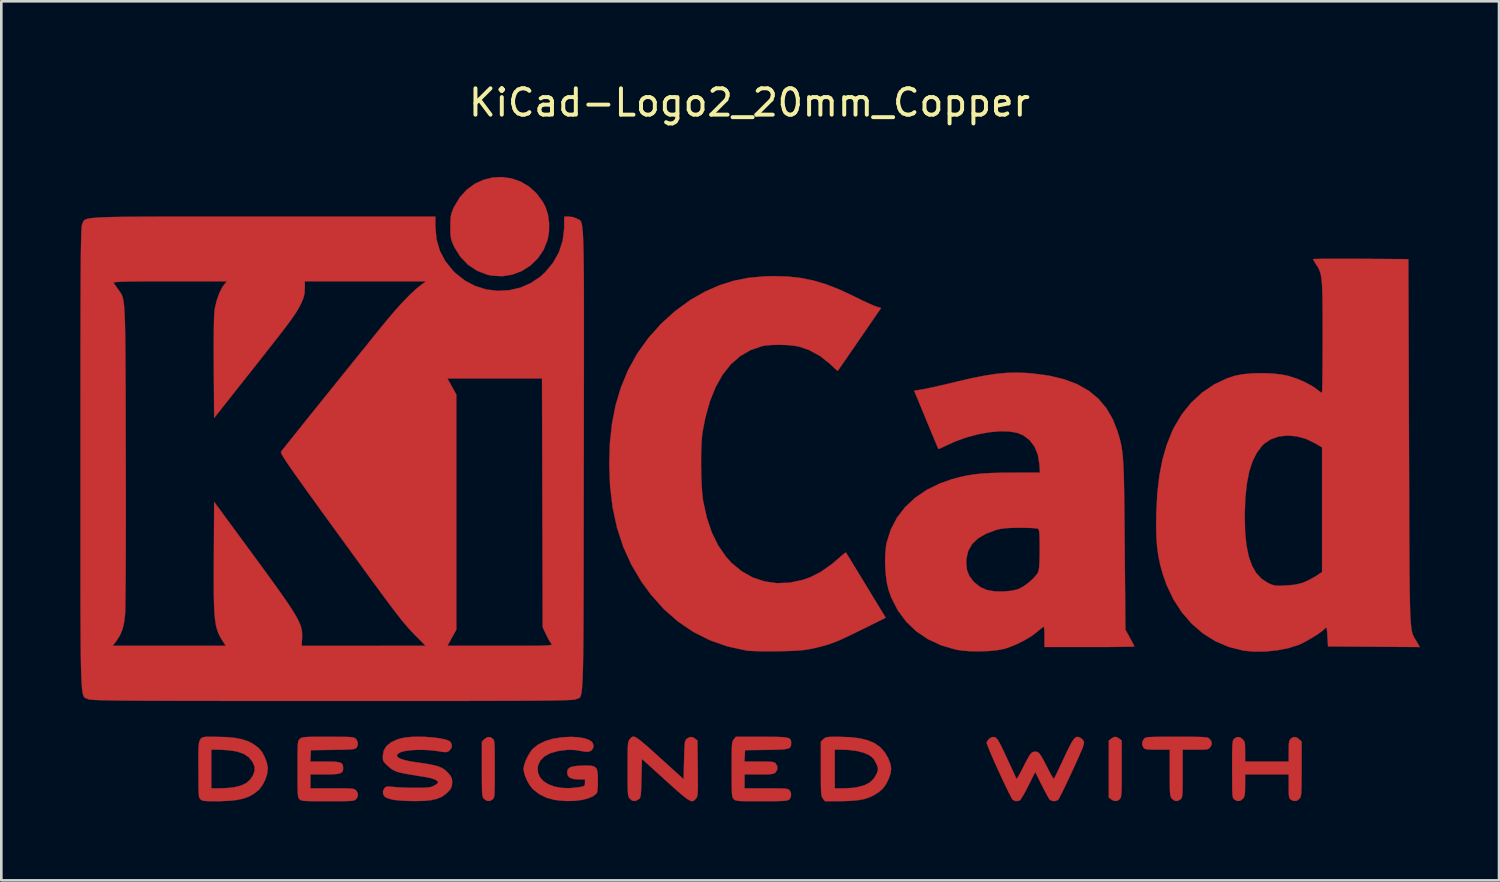
<source format=kicad_pcb>
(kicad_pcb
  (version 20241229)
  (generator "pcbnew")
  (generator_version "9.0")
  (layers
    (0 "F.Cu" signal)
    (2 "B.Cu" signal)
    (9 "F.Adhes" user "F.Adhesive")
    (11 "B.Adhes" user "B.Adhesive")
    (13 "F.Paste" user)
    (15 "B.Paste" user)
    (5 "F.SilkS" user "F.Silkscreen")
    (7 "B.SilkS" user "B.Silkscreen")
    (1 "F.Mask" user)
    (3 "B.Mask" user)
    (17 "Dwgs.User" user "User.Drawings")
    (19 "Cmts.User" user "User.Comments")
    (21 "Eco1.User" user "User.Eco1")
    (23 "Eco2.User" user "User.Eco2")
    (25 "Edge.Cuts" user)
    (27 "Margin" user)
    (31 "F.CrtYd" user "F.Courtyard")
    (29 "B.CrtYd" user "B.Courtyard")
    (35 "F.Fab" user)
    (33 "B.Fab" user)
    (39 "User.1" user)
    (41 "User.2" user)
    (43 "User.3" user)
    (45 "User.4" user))
  (footprint "KiCad-Logo2_20mm_Copper"
    (layer "F.Cu")
    (at 25.405 13.548)
    (property "Reference" "KiCad-Logo2_20mm_Copper" (at 0 -12.7 0) (layer "F.SilkS") (effects (font (size 1 1) (thickness 0.15))))
    (attr exclude_from_pos_files exclude_from_bom allow_missing_courtyard)
    (fp_poly (pts (xy 13.962 11.396) (xy 14.041 11.445) (xy 14.13 11.517) (xy 14.13 12.589) (xy 14.13 12.903) (xy 14.128 13.15) (xy 14.126 13.339) (xy 14.121 13.479) (xy 14.114 13.579) (xy 14.103 13.648) (xy 14.089 13.693) (xy 14.071 13.725) (xy 14.058 13.74) (xy 13.953 13.809) (xy 13.834 13.806) (xy 13.73 13.748) (xy 13.641 13.676) (xy 13.641 11.517) (xy 13.73 11.445) (xy 13.815 11.393) (xy 13.885 11.374) (xy 13.962 11.396)) (stroke (width 0.01) (type solid)) (fill yes) (layer "F.Cu"))
    (fp_poly (pts (xy -9.746 11.449) (xy -9.724 11.474) (xy -9.707 11.507) (xy -9.694 11.555) (xy -9.684 11.629) (xy -9.678 11.735) (xy -9.674 11.885) (xy -9.672 12.085) (xy -9.671 12.344) (xy -9.671 12.597) (xy -9.671 12.909) (xy -9.672 13.156) (xy -9.675 13.344) (xy -9.679 13.483) (xy -9.686 13.583) (xy -9.696 13.65) (xy -9.71 13.694) (xy -9.728 13.725) (xy -9.746 13.744) (xy -9.856 13.81) (xy -9.973 13.804) (xy -10.078 13.732) (xy -10.102 13.704) (xy -10.121 13.672) (xy -10.135 13.626) (xy -10.146 13.558) (xy -10.153 13.458) (xy -10.157 13.318) (xy -10.159 13.129) (xy -10.16 12.882) (xy -10.16 12.602) (xy -10.16 11.558) (xy -10.068 11.466) (xy -9.954 11.388) (xy -9.843 11.385) (xy -9.746 11.449)) (stroke (width 0.01) (type solid)) (fill yes) (layer "F.Cu"))
    (fp_poly (pts (xy -9.038 -9.825) (xy -8.696 -9.707) (xy -8.378 -9.52) (xy -8.094 -9.266) (xy -7.854 -8.943) (xy -7.746 -8.74) (xy -7.653 -8.455) (xy -7.608 -8.127) (xy -7.613 -7.79) (xy -7.668 -7.484) (xy -7.82 -7.11) (xy -8.04 -6.786) (xy -8.318 -6.518) (xy -8.641 -6.312) (xy -8.999 -6.175) (xy -9.381 -6.112) (xy -9.775 -6.132) (xy -9.969 -6.173) (xy -10.347 -6.32) (xy -10.683 -6.545) (xy -10.969 -6.84) (xy -11.196 -7.198) (xy -11.216 -7.238) (xy -11.282 -7.385) (xy -11.324 -7.508) (xy -11.346 -7.639) (xy -11.356 -7.807) (xy -11.357 -7.989) (xy -11.355 -8.208) (xy -11.343 -8.366) (xy -11.317 -8.494) (xy -11.271 -8.622) (xy -11.213 -8.748) (xy -10.999 -9.106) (xy -10.735 -9.397) (xy -10.432 -9.619) (xy -10.101 -9.772) (xy -9.751 -9.858) (xy -9.393 -9.876) (xy -9.038 -9.825)) (stroke (width 0.01) (type solid)) (fill yes) (layer "F.Cu"))
    (fp_poly (pts (xy 16.544 11.374) (xy 16.806 11.375) (xy 17.01 11.378) (xy 17.163 11.382) (xy 17.274 11.389) (xy 17.351 11.398) (xy 17.402 11.411) (xy 17.436 11.427) (xy 17.453 11.439) (xy 17.538 11.548) (xy 17.549 11.66) (xy 17.496 11.763) (xy 17.461 11.804) (xy 17.424 11.832) (xy 17.37 11.849) (xy 17.285 11.858) (xy 17.156 11.862) (xy 16.968 11.863) (xy 16.931 11.863) (xy 16.444 11.863) (xy 16.444 12.766) (xy 16.444 13.051) (xy 16.442 13.27) (xy 16.439 13.433) (xy 16.433 13.549) (xy 16.424 13.629) (xy 16.41 13.682) (xy 16.392 13.717) (xy 16.369 13.744) (xy 16.259 13.81) (xy 16.145 13.805) (xy 16.041 13.73) (xy 16.033 13.72) (xy 16.008 13.685) (xy 15.989 13.644) (xy 15.975 13.586) (xy 15.966 13.503) (xy 15.96 13.383) (xy 15.957 13.217) (xy 15.955 12.995) (xy 15.955 12.742) (xy 15.955 11.863) (xy 15.49 11.863) (xy 15.291 11.861) (xy 15.153 11.856) (xy 15.062 11.845) (xy 15.005 11.827) (xy 14.968 11.799) (xy 14.964 11.794) (xy 14.909 11.683) (xy 14.914 11.558) (xy 14.977 11.449) (xy 15.001 11.428) (xy 15.032 11.411) (xy 15.079 11.398) (xy 15.149 11.388) (xy 15.251 11.382) (xy 15.394 11.377) (xy 15.585 11.375) (xy 15.834 11.374) (xy 16.147 11.374) (xy 16.214 11.374) (xy 16.544 11.374)) (stroke (width 0.01) (type solid)) (fill yes) (layer "F.Cu"))
    (fp_poly (pts (xy 20.763 11.392) (xy 20.867 11.466) (xy 20.96 11.558) (xy 20.96 12.59) (xy 20.959 12.896) (xy 20.958 13.136) (xy 20.956 13.319) (xy 20.951 13.455) (xy 20.943 13.551) (xy 20.932 13.618) (xy 20.917 13.664) (xy 20.897 13.699) (xy 20.882 13.72) (xy 20.779 13.802) (xy 20.662 13.811) (xy 20.554 13.761) (xy 20.519 13.731) (xy 20.495 13.692) (xy 20.481 13.628) (xy 20.473 13.527) (xy 20.471 13.372) (xy 20.471 13.253) (xy 20.471 12.803) (xy 18.815 12.803) (xy 18.815 13.212) (xy 18.813 13.399) (xy 18.806 13.528) (xy 18.792 13.615) (xy 18.767 13.676) (xy 18.737 13.72) (xy 18.634 13.802) (xy 18.517 13.812) (xy 18.406 13.754) (xy 18.375 13.723) (xy 18.354 13.683) (xy 18.34 13.62) (xy 18.331 13.522) (xy 18.327 13.376) (xy 18.325 13.171) (xy 18.325 13.123) (xy 18.323 12.735) (xy 18.322 12.416) (xy 18.322 12.157) (xy 18.324 11.953) (xy 18.328 11.796) (xy 18.333 11.678) (xy 18.341 11.594) (xy 18.352 11.536) (xy 18.365 11.497) (xy 18.382 11.469) (xy 18.401 11.449) (xy 18.507 11.383) (xy 18.618 11.392) (xy 18.722 11.466) (xy 18.765 11.514) (xy 18.792 11.567) (xy 18.807 11.642) (xy 18.813 11.757) (xy 18.815 11.929) (xy 18.815 11.936) (xy 18.815 12.314) (xy 20.471 12.314) (xy 20.471 11.919) (xy 20.472 11.737) (xy 20.479 11.614) (xy 20.493 11.534) (xy 20.518 11.481) (xy 20.546 11.449) (xy 20.652 11.383) (xy 20.763 11.392)) (stroke (width 0.01) (type solid)) (fill yes) (layer "F.Cu"))
    (fp_poly (pts (xy 3.394 11.374) (xy 3.824 11.389) (xy 4.19 11.433) (xy 4.497 11.509) (xy 4.753 11.62) (xy 4.962 11.769) (xy 5.131 11.957) (xy 5.266 12.189) (xy 5.268 12.195) (xy 5.349 12.402) (xy 5.377 12.585) (xy 5.354 12.77) (xy 5.279 12.98) (xy 5.265 13.012) (xy 5.167 13.2) (xy 5.058 13.345) (xy 4.917 13.468) (xy 4.724 13.59) (xy 4.713 13.597) (xy 4.545 13.677) (xy 4.355 13.738) (xy 4.132 13.779) (xy 3.862 13.805) (xy 3.534 13.817) (xy 3.418 13.818) (xy 2.865 13.819) (xy 2.787 13.72) (xy 2.764 13.688) (xy 2.746 13.65) (xy 2.733 13.597) (xy 2.723 13.521) (xy 2.716 13.411) (xy 2.714 13.33) (xy 3.236 13.33) (xy 3.549 13.33) (xy 3.732 13.325) (xy 3.92 13.311) (xy 4.074 13.291) (xy 4.084 13.289) (xy 4.358 13.216) (xy 4.57 13.105) (xy 4.728 12.953) (xy 4.838 12.753) (xy 4.857 12.7) (xy 4.876 12.618) (xy 4.868 12.536) (xy 4.828 12.428) (xy 4.804 12.375) (xy 4.727 12.233) (xy 4.633 12.134) (xy 4.53 12.065) (xy 4.323 11.975) (xy 4.059 11.91) (xy 3.751 11.872) (xy 3.528 11.864) (xy 3.236 11.863) (xy 3.236 13.33) (xy 2.714 13.33) (xy 2.712 13.26) (xy 2.71 13.058) (xy 2.709 12.795) (xy 2.709 12.59) (xy 2.709 11.558) (xy 2.802 11.466) (xy 2.843 11.428) (xy 2.887 11.403) (xy 2.949 11.387) (xy 3.043 11.378) (xy 3.182 11.375) (xy 3.382 11.374) (xy 3.394 11.374)) (stroke (width 0.01) (type solid)) (fill yes) (layer "F.Cu"))
    (fp_poly (pts (xy -20.405 11.374) (xy -20.273 11.375) (xy -19.887 11.384) (xy -19.564 11.412) (xy -19.293 11.461) (xy -19.062 11.534) (xy -18.861 11.634) (xy -18.679 11.765) (xy -18.614 11.822) (xy -18.506 11.955) (xy -18.408 12.135) (xy -18.333 12.334) (xy -18.292 12.526) (xy -18.288 12.597) (xy -18.315 12.793) (xy -18.386 13.007) (xy -18.49 13.209) (xy -18.613 13.371) (xy -18.633 13.391) (xy -18.802 13.528) (xy -18.987 13.635) (xy -19.199 13.715) (xy -19.448 13.77) (xy -19.746 13.803) (xy -20.102 13.818) (xy -20.265 13.819) (xy -20.473 13.818) (xy -20.618 13.814) (xy -20.716 13.805) (xy -20.78 13.789) (xy -20.824 13.765) (xy -20.847 13.744) (xy -20.869 13.719) (xy -20.886 13.686) (xy -20.899 13.638) (xy -20.908 13.564) (xy -20.915 13.458) (xy -20.919 13.308) (xy -20.921 13.108) (xy -20.922 12.849) (xy -20.922 12.597) (xy -20.923 12.26) (xy -20.923 11.991) (xy -20.92 11.863) (xy -20.433 11.863) (xy -20.433 13.33) (xy -20.122 13.33) (xy -19.936 13.325) (xy -19.74 13.311) (xy -19.577 13.292) (xy -19.572 13.291) (xy -19.308 13.227) (xy -19.103 13.128) (xy -18.948 12.986) (xy -18.849 12.833) (xy -18.788 12.663) (xy -18.793 12.504) (xy -18.863 12.333) (xy -19.002 12.156) (xy -19.193 12.025) (xy -19.442 11.938) (xy -19.609 11.907) (xy -19.798 11.885) (xy -19.998 11.869) (xy -20.169 11.863) (xy -20.179 11.863) (xy -20.433 11.863) (xy -20.92 11.863) (xy -20.918 11.783) (xy -20.903 11.627) (xy -20.876 11.516) (xy -20.832 11.443) (xy -20.767 11.399) (xy -20.676 11.378) (xy -20.557 11.372) (xy -20.405 11.374)) (stroke (width 0.01) (type solid)) (fill yes) (layer "F.Cu"))
    (fp_poly (pts (xy -4.334 11.388) (xy -4.255 11.434) (xy -4.152 11.51) (xy -4.02 11.618) (xy -3.853 11.762) (xy -3.646 11.947) (xy -3.394 12.175) (xy -3.104 12.437) (xy -2.502 12.983) (xy -2.484 12.25) (xy -2.477 11.998) (xy -2.47 11.81) (xy -2.462 11.676) (xy -2.452 11.584) (xy -2.437 11.524) (xy -2.417 11.486) (xy -2.39 11.457) (xy -2.376 11.445) (xy -2.261 11.382) (xy -2.151 11.391) (xy -2.064 11.445) (xy -1.976 11.517) (xy -1.965 12.567) (xy -1.961 12.876) (xy -1.96 13.118) (xy -1.96 13.304) (xy -1.963 13.441) (xy -1.97 13.539) (xy -1.979 13.608) (xy -1.994 13.655) (xy -2.012 13.69) (xy -2.033 13.718) (xy -2.078 13.771) (xy -2.123 13.805) (xy -2.174 13.819) (xy -2.237 13.807) (xy -2.318 13.766) (xy -2.424 13.693) (xy -2.561 13.583) (xy -2.735 13.433) (xy -2.952 13.24) (xy -3.199 13.017) (xy -4.083 12.215) (xy -4.102 12.945) (xy -4.108 13.197) (xy -4.115 13.385) (xy -4.123 13.518) (xy -4.133 13.61) (xy -4.148 13.669) (xy -4.168 13.708) (xy -4.195 13.736) (xy -4.209 13.748) (xy -4.333 13.811) (xy -4.449 13.802) (xy -4.55 13.72) (xy -4.574 13.688) (xy -4.592 13.649) (xy -4.605 13.597) (xy -4.615 13.52) (xy -4.622 13.41) (xy -4.626 13.258) (xy -4.628 13.055) (xy -4.628 12.792) (xy -4.628 12.597) (xy -4.628 12.291) (xy -4.627 12.052) (xy -4.624 11.87) (xy -4.619 11.736) (xy -4.612 11.64) (xy -4.601 11.574) (xy -4.585 11.528) (xy -4.565 11.493) (xy -4.55 11.473) (xy -4.513 11.426) (xy -4.478 11.39) (xy -4.44 11.37) (xy -4.393 11.368) (xy -4.334 11.388)) (stroke (width 0.01) (type solid)) (fill yes) (layer "F.Cu"))
    (fp_poly (pts (xy -6.5 11.392) (xy -6.272 11.43) (xy -6.096 11.49) (xy -5.982 11.568) (xy -5.951 11.613) (xy -5.92 11.717) (xy -5.941 11.811) (xy -6.008 11.901) (xy -6.112 11.942) (xy -6.264 11.939) (xy -6.381 11.916) (xy -6.641 11.873) (xy -6.907 11.869) (xy -7.205 11.904) (xy -7.287 11.919) (xy -7.564 11.997) (xy -7.781 12.113) (xy -7.935 12.265) (xy -8.024 12.452) (xy -8.042 12.548) (xy -8.03 12.743) (xy -7.952 12.916) (xy -7.816 13.063) (xy -7.628 13.181) (xy -7.396 13.266) (xy -7.126 13.315) (xy -6.826 13.325) (xy -6.503 13.292) (xy -6.485 13.289) (xy -6.356 13.265) (xy -6.285 13.242) (xy -6.254 13.207) (xy -6.247 13.15) (xy -6.247 13.119) (xy -6.247 12.992) (xy -6.475 12.992) (xy -6.676 12.978) (xy -6.814 12.934) (xy -6.894 12.856) (xy -6.923 12.74) (xy -6.923 12.725) (xy -6.906 12.626) (xy -6.848 12.555) (xy -6.74 12.508) (xy -6.572 12.481) (xy -6.41 12.471) (xy -6.175 12.465) (xy -6.004 12.474) (xy -5.887 12.506) (xy -5.815 12.571) (xy -5.776 12.678) (xy -5.76 12.836) (xy -5.757 13.044) (xy -5.762 13.275) (xy -5.776 13.433) (xy -5.8 13.517) (xy -5.804 13.523) (xy -5.934 13.628) (xy -6.124 13.712) (xy -6.363 13.771) (xy -6.638 13.805) (xy -6.937 13.812) (xy -7.249 13.79) (xy -7.432 13.763) (xy -7.719 13.682) (xy -7.986 13.549) (xy -8.21 13.376) (xy -8.244 13.342) (xy -8.354 13.197) (xy -8.454 13.017) (xy -8.531 12.829) (xy -8.574 12.658) (xy -8.58 12.592) (xy -8.557 12.455) (xy -8.499 12.284) (xy -8.414 12.105) (xy -8.316 11.941) (xy -8.229 11.831) (xy -8.026 11.668) (xy -7.763 11.538) (xy -7.451 11.445) (xy -7.097 11.391) (xy -6.773 11.377) (xy -6.5 11.392)) (stroke (width 0.01) (type solid)) (fill yes) (layer "F.Cu"))
    (fp_poly (pts (xy 0.768 11.374) (xy 1.022 11.377) (xy 1.217 11.384) (xy 1.361 11.397) (xy 1.461 11.418) (xy 1.525 11.447) (xy 1.561 11.487) (xy 1.577 11.54) (xy 1.58 11.607) (xy 1.58 11.614) (xy 1.577 11.69) (xy 1.561 11.748) (xy 1.524 11.792) (xy 1.458 11.823) (xy 1.353 11.844) (xy 1.201 11.857) (xy 0.993 11.865) (xy 0.721 11.87) (xy 0.638 11.871) (xy -0.169 11.882) (xy -0.181 12.098) (xy -0.192 12.314) (xy 0.369 12.314) (xy 0.588 12.315) (xy 0.744 12.319) (xy 0.85 12.326) (xy 0.919 12.339) (xy 0.964 12.359) (xy 0.996 12.388) (xy 0.996 12.388) (xy 1.055 12.5) (xy 1.052 12.621) (xy 0.991 12.725) (xy 0.979 12.735) (xy 0.936 12.763) (xy 0.877 12.782) (xy 0.789 12.794) (xy 0.658 12.801) (xy 0.472 12.803) (xy 0.353 12.803) (xy -0.188 12.803) (xy -0.188 13.33) (xy 0.634 13.33) (xy 0.905 13.331) (xy 1.111 13.333) (xy 1.262 13.337) (xy 1.367 13.344) (xy 1.437 13.355) (xy 1.482 13.371) (xy 1.511 13.392) (xy 1.518 13.399) (xy 1.572 13.504) (xy 1.576 13.624) (xy 1.532 13.728) (xy 1.497 13.761) (xy 1.46 13.779) (xy 1.404 13.793) (xy 1.319 13.804) (xy 1.196 13.811) (xy 1.026 13.816) (xy 0.8 13.819) (xy 0.51 13.819) (xy 0.445 13.819) (xy 0.15 13.819) (xy -0.079 13.818) (xy -0.251 13.816) (xy -0.376 13.811) (xy -0.463 13.802) (xy -0.52 13.791) (xy -0.558 13.774) (xy -0.586 13.753) (xy -0.601 13.737) (xy -0.623 13.71) (xy -0.641 13.676) (xy -0.654 13.626) (xy -0.664 13.552) (xy -0.67 13.445) (xy -0.674 13.295) (xy -0.676 13.094) (xy -0.677 12.833) (xy -0.677 12.613) (xy -0.677 12.305) (xy -0.676 12.064) (xy -0.673 11.879) (xy -0.669 11.743) (xy -0.661 11.645) (xy -0.65 11.577) (xy -0.635 11.53) (xy -0.616 11.495) (xy -0.599 11.473) (xy -0.521 11.374) (xy 0.446 11.374) (xy 0.768 11.374)) (stroke (width 0.01) (type solid)) (fill yes) (layer "F.Cu"))
    (fp_poly (pts (xy -15.709 11.374) (xy -15.478 11.375) (xy -15.303 11.378) (xy -15.176 11.383) (xy -15.087 11.391) (xy -15.027 11.403) (xy -14.987 11.419) (xy -14.957 11.441) (xy -14.946 11.45) (xy -14.88 11.554) (xy -14.868 11.673) (xy -14.912 11.778) (xy -14.932 11.8) (xy -14.964 11.82) (xy -15.016 11.836) (xy -15.098 11.848) (xy -15.219 11.857) (xy -15.389 11.864) (xy -15.617 11.868) (xy -15.825 11.871) (xy -16.651 11.882) (xy -16.662 12.098) (xy -16.674 12.314) (xy -16.113 12.314) (xy -15.87 12.316) (xy -15.692 12.325) (xy -15.569 12.344) (xy -15.491 12.378) (xy -15.448 12.429) (xy -15.431 12.502) (xy -15.428 12.569) (xy -15.436 12.652) (xy -15.468 12.713) (xy -15.531 12.755) (xy -15.637 12.782) (xy -15.795 12.797) (xy -16.013 12.803) (xy -16.133 12.803) (xy -16.67 12.803) (xy -16.67 13.33) (xy -15.842 13.33) (xy -15.571 13.331) (xy -15.364 13.332) (xy -15.213 13.336) (xy -15.107 13.343) (xy -15.035 13.354) (xy -14.988 13.369) (xy -14.956 13.39) (xy -14.939 13.406) (xy -14.882 13.495) (xy -14.864 13.575) (xy -14.89 13.672) (xy -14.939 13.744) (xy -14.965 13.767) (xy -14.999 13.784) (xy -15.049 13.798) (xy -15.126 13.807) (xy -15.237 13.813) (xy -15.392 13.817) (xy -15.601 13.819) (xy -15.871 13.819) (xy -16.011 13.819) (xy -16.312 13.819) (xy -16.546 13.818) (xy -16.724 13.815) (xy -16.853 13.81) (xy -16.944 13.802) (xy -17.004 13.791) (xy -17.044 13.775) (xy -17.073 13.755) (xy -17.084 13.744) (xy -17.106 13.719) (xy -17.123 13.686) (xy -17.136 13.637) (xy -17.146 13.564) (xy -17.152 13.457) (xy -17.156 13.307) (xy -17.158 13.106) (xy -17.159 12.846) (xy -17.159 12.603) (xy -17.159 12.292) (xy -17.158 12.048) (xy -17.156 11.862) (xy -17.152 11.724) (xy -17.145 11.626) (xy -17.135 11.56) (xy -17.121 11.516) (xy -17.102 11.486) (xy -17.078 11.461) (xy -17.072 11.455) (xy -17.043 11.431) (xy -17.01 11.411) (xy -16.962 11.397) (xy -16.891 11.387) (xy -16.788 11.38) (xy -16.643 11.376) (xy -16.446 11.374) (xy -16.189 11.374) (xy -16.007 11.374) (xy -15.709 11.374)) (stroke (width 0.01) (type solid)) (fill yes) (layer "F.Cu"))
    (fp_poly (pts (xy 12.482 11.38) (xy 12.548 11.403) (xy 12.55 11.405) (xy 12.639 11.472) (xy 12.688 11.542) (xy 12.697 11.575) (xy 12.697 11.618) (xy 12.683 11.68) (xy 12.654 11.768) (xy 12.606 11.889) (xy 12.535 12.052) (xy 12.441 12.265) (xy 12.318 12.534) (xy 12.251 12.681) (xy 12.129 12.943) (xy 12.014 13.185) (xy 11.912 13.396) (xy 11.825 13.569) (xy 11.76 13.694) (xy 11.719 13.763) (xy 11.711 13.772) (xy 11.607 13.814) (xy 11.49 13.809) (xy 11.397 13.758) (xy 11.393 13.754) (xy 11.356 13.697) (xy 11.293 13.587) (xy 11.213 13.438) (xy 11.123 13.263) (xy 11.091 13.199) (xy 10.847 12.71) (xy 10.581 13.241) (xy 10.486 13.425) (xy 10.398 13.584) (xy 10.324 13.706) (xy 10.271 13.78) (xy 10.253 13.796) (xy 10.114 13.817) (xy 9.999 13.772) (xy 9.966 13.725) (xy 9.907 13.619) (xy 9.829 13.465) (xy 9.736 13.274) (xy 9.632 13.056) (xy 9.523 12.822) (xy 9.413 12.581) (xy 9.306 12.345) (xy 9.209 12.123) (xy 9.125 11.926) (xy 9.059 11.765) (xy 9.016 11.65) (xy 9.001 11.591) (xy 9.001 11.589) (xy 9.038 11.515) (xy 9.111 11.439) (xy 9.116 11.436) (xy 9.206 11.385) (xy 9.29 11.385) (xy 9.321 11.395) (xy 9.359 11.416) (xy 9.4 11.457) (xy 9.448 11.526) (xy 9.508 11.633) (xy 9.585 11.786) (xy 9.683 11.992) (xy 9.772 12.183) (xy 9.875 12.404) (xy 9.967 12.603) (xy 10.043 12.769) (xy 10.099 12.892) (xy 10.131 12.962) (xy 10.135 12.973) (xy 10.156 12.955) (xy 10.203 12.88) (xy 10.27 12.76) (xy 10.352 12.604) (xy 10.384 12.54) (xy 10.494 12.323) (xy 10.579 12.166) (xy 10.645 12.057) (xy 10.701 11.99) (xy 10.752 11.954) (xy 10.805 11.94) (xy 10.84 11.938) (xy 10.902 11.943) (xy 10.956 11.966) (xy 11.01 12.015) (xy 11.071 12.1) (xy 11.146 12.23) (xy 11.242 12.415) (xy 11.296 12.52) (xy 11.382 12.687) (xy 11.457 12.826) (xy 11.515 12.924) (xy 11.548 12.971) (xy 11.553 12.973) (xy 11.574 12.936) (xy 11.622 12.841) (xy 11.692 12.697) (xy 11.779 12.515) (xy 11.878 12.305) (xy 11.927 12.2) (xy 12.054 11.93) (xy 12.156 11.723) (xy 12.239 11.57) (xy 12.308 11.467) (xy 12.368 11.405) (xy 12.424 11.378) (xy 12.482 11.38)) (stroke (width 0.01) (type solid)) (fill yes) (layer "F.Cu"))
    (fp_poly (pts (xy -12.306 11.378) (xy -12.056 11.395) (xy -11.824 11.423) (xy -11.623 11.459) (xy -11.467 11.502) (xy -11.368 11.553) (xy -11.353 11.568) (xy -11.3 11.683) (xy -11.316 11.801) (xy -11.398 11.902) (xy -11.402 11.905) (xy -11.45 11.937) (xy -11.5 11.953) (xy -11.57 11.955) (xy -11.678 11.943) (xy -11.84 11.917) (xy -11.853 11.915) (xy -12.096 11.885) (xy -12.357 11.871) (xy -12.62 11.87) (xy -12.865 11.884) (xy -13.073 11.912) (xy -13.228 11.952) (xy -13.238 11.956) (xy -13.35 12.019) (xy -13.39 12.082) (xy -13.359 12.145) (xy -13.26 12.204) (xy -13.096 12.259) (xy -12.87 12.308) (xy -12.719 12.331) (xy -12.405 12.376) (xy -12.155 12.417) (xy -11.959 12.458) (xy -11.806 12.502) (xy -11.685 12.553) (xy -11.586 12.614) (xy -11.498 12.689) (xy -11.427 12.763) (xy -11.344 12.866) (xy -11.302 12.954) (xy -11.289 13.063) (xy -11.289 13.103) (xy -11.299 13.236) (xy -11.337 13.334) (xy -11.404 13.422) (xy -11.541 13.555) (xy -11.693 13.657) (xy -11.872 13.731) (xy -12.089 13.779) (xy -12.356 13.806) (xy -12.684 13.814) (xy -12.738 13.814) (xy -12.956 13.809) (xy -13.173 13.799) (xy -13.364 13.785) (xy -13.506 13.767) (xy -13.518 13.765) (xy -13.659 13.732) (xy -13.779 13.689) (xy -13.847 13.651) (xy -13.91 13.549) (xy -13.915 13.43) (xy -13.86 13.324) (xy -13.848 13.312) (xy -13.798 13.276) (xy -13.735 13.261) (xy -13.637 13.264) (xy -13.519 13.277) (xy -13.387 13.289) (xy -13.201 13.299) (xy -12.985 13.307) (xy -12.759 13.311) (xy -12.7 13.311) (xy -12.474 13.31) (xy -12.308 13.305) (xy -12.189 13.296) (xy -12.101 13.28) (xy -12.03 13.256) (xy -11.987 13.236) (xy -11.893 13.181) (xy -11.834 13.131) (xy -11.825 13.116) (xy -11.843 13.058) (xy -11.931 13.001) (xy -12.082 12.948) (xy -12.289 12.903) (xy -12.351 12.893) (xy -12.67 12.842) (xy -12.925 12.8) (xy -13.126 12.764) (xy -13.282 12.729) (xy -13.402 12.694) (xy -13.498 12.654) (xy -13.578 12.608) (xy -13.652 12.551) (xy -13.731 12.481) (xy -13.758 12.457) (xy -13.851 12.366) (xy -13.901 12.293) (xy -13.92 12.211) (xy -13.923 12.107) (xy -13.889 11.902) (xy -13.786 11.729) (xy -13.615 11.587) (xy -13.378 11.476) (xy -13.208 11.427) (xy -13.024 11.395) (xy -12.803 11.376) (xy -12.559 11.371) (xy -12.306 11.378)) (stroke (width 0.01) (type solid)) (fill yes) (layer "F.Cu"))
    (fp_poly (pts (xy 1.459 -6.099) (xy 1.95 -6.045) (xy 2.425 -5.949) (xy 2.905 -5.805) (xy 3.408 -5.609) (xy 3.953 -5.355) (xy 4.052 -5.306) (xy 4.277 -5.195) (xy 4.49 -5.095) (xy 4.669 -5.016) (xy 4.793 -4.966) (xy 4.812 -4.96) (xy 4.995 -4.905) (xy 4.177 -3.716) (xy 3.977 -3.425) (xy 3.794 -3.16) (xy 3.635 -2.928) (xy 3.505 -2.74) (xy 3.411 -2.604) (xy 3.359 -2.529) (xy 3.35 -2.517) (xy 3.316 -2.541) (xy 3.231 -2.616) (xy 3.112 -2.727) (xy 3.046 -2.79) (xy 2.671 -3.087) (xy 2.251 -3.314) (xy 1.889 -3.437) (xy 1.672 -3.476) (xy 1.399 -3.5) (xy 1.105 -3.508) (xy 0.819 -3.5) (xy 0.574 -3.476) (xy 0.477 -3.457) (xy 0.037 -3.306) (xy -0.359 -3.075) (xy -0.712 -2.764) (xy -1.02 -2.375) (xy -1.284 -1.907) (xy -1.504 -1.362) (xy -1.678 -0.738) (xy -1.782 -0.205) (xy -1.809 0.031) (xy -1.827 0.335) (xy -1.837 0.686) (xy -1.839 1.062) (xy -1.833 1.442) (xy -1.818 1.802) (xy -1.796 2.122) (xy -1.767 2.38) (xy -1.761 2.42) (xy -1.62 3.06) (xy -1.428 3.626) (xy -1.183 4.122) (xy -0.885 4.549) (xy -0.674 4.78) (xy -0.294 5.093) (xy 0.122 5.325) (xy 0.569 5.475) (xy 1.038 5.542) (xy 1.522 5.523) (xy 2.016 5.418) (xy 2.307 5.316) (xy 2.711 5.111) (xy 3.127 4.816) (xy 3.36 4.617) (xy 3.491 4.502) (xy 3.593 4.418) (xy 3.652 4.377) (xy 3.659 4.376) (xy 3.685 4.417) (xy 3.753 4.527) (xy 3.856 4.696) (xy 3.99 4.915) (xy 4.147 5.173) (xy 4.324 5.462) (xy 4.422 5.623) (xy 5.171 6.854) (xy 4.236 7.316) (xy 3.897 7.482) (xy 3.623 7.613) (xy 3.397 7.715) (xy 3.201 7.795) (xy 3.019 7.86) (xy 2.835 7.916) (xy 2.631 7.968) (xy 2.435 8.015) (xy 2.261 8.051) (xy 2.08 8.078) (xy 1.872 8.098) (xy 1.62 8.112) (xy 1.305 8.122) (xy 1.092 8.126) (xy 0.79 8.129) (xy 0.499 8.128) (xy 0.241 8.122) (xy 0.033 8.113) (xy -0.105 8.101) (xy -0.113 8.1) (xy -0.828 7.945) (xy -1.499 7.711) (xy -2.127 7.396) (xy -2.71 7.002) (xy -3.25 6.529) (xy -3.744 5.976) (xy -4.103 5.485) (xy -4.484 4.842) (xy -4.793 4.163) (xy -5.029 3.443) (xy -5.196 2.675) (xy -5.294 1.855) (xy -5.325 1.023) (xy -5.3 0.218) (xy -5.22 -0.525) (xy -5.083 -1.218) (xy -4.887 -1.874) (xy -4.629 -2.506) (xy -4.598 -2.571) (xy -4.258 -3.183) (xy -3.841 -3.764) (xy -3.358 -4.305) (xy -2.821 -4.791) (xy -2.243 -5.212) (xy -1.703 -5.52) (xy -1.158 -5.762) (xy -0.613 -5.937) (xy -0.044 -6.051) (xy 0.567 -6.107) (xy 0.933 -6.115) (xy 1.459 -6.099)) (stroke (width 0.01) (type solid)) (fill yes) (layer "F.Cu"))
    (fp_poly (pts (xy 22.685 -6.774) (xy 23.072 -6.772) (xy 23.204 -6.772) (xy 25.013 -6.76) (xy 25.036 0.182) (xy 25.039 1.123) (xy 25.042 1.978) (xy 25.044 2.751) (xy 25.047 3.445) (xy 25.049 4.067) (xy 25.052 4.619) (xy 25.056 5.107) (xy 25.06 5.535) (xy 25.065 5.907) (xy 25.071 6.228) (xy 25.078 6.502) (xy 25.087 6.734) (xy 25.097 6.928) (xy 25.109 7.088) (xy 25.123 7.219) (xy 25.139 7.325) (xy 25.157 7.411) (xy 25.178 7.482) (xy 25.201 7.54) (xy 25.227 7.592) (xy 25.255 7.641) (xy 25.287 7.692) (xy 25.322 7.749) (xy 25.329 7.761) (xy 25.45 7.967) (xy 21.963 7.943) (xy 21.941 7.56) (xy 21.928 7.376) (xy 21.915 7.27) (xy 21.898 7.228) (xy 21.871 7.237) (xy 21.849 7.261) (xy 21.754 7.349) (xy 21.598 7.463) (xy 21.403 7.588) (xy 21.192 7.712) (xy 20.987 7.82) (xy 20.83 7.891) (xy 20.46 8.008) (xy 20.037 8.09) (xy 19.59 8.136) (xy 19.152 8.141) (xy 18.753 8.103) (xy 18.746 8.101) (xy 18.2 7.964) (xy 17.689 7.746) (xy 17.218 7.451) (xy 16.791 7.085) (xy 16.415 6.651) (xy 16.092 6.154) (xy 15.83 5.6) (xy 15.687 5.189) (xy 15.592 4.846) (xy 15.522 4.513) (xy 15.475 4.171) (xy 15.447 3.8) (xy 15.437 3.378) (xy 15.442 3.034) (xy 18.801 3.034) (xy 18.816 3.611) (xy 18.867 4.107) (xy 18.953 4.528) (xy 19.076 4.876) (xy 19.238 5.157) (xy 19.44 5.375) (xy 19.674 5.529) (xy 19.796 5.587) (xy 19.901 5.621) (xy 20.019 5.637) (xy 20.177 5.638) (xy 20.347 5.632) (xy 20.682 5.603) (xy 20.947 5.545) (xy 21.03 5.516) (xy 21.22 5.43) (xy 21.421 5.323) (xy 21.508 5.269) (xy 21.736 5.12) (xy 21.736 0.388) (xy 21.485 0.238) (xy 21.136 0.068) (xy 20.779 -0.032) (xy 20.428 -0.064) (xy 20.095 -0.027) (xy 19.794 0.077) (xy 19.538 0.248) (xy 19.455 0.33) (xy 19.255 0.599) (xy 19.094 0.924) (xy 18.969 1.312) (xy 18.88 1.767) (xy 18.824 2.296) (xy 18.801 2.903) (xy 18.801 3.034) (xy 15.442 3.034) (xy 15.443 2.891) (xy 15.482 2.142) (xy 15.559 1.466) (xy 15.677 0.854) (xy 15.838 0.295) (xy 16.043 -0.219) (xy 16.117 -0.372) (xy 16.413 -0.87) (xy 16.77 -1.312) (xy 17.18 -1.691) (xy 17.636 -2.001) (xy 18.128 -2.234) (xy 18.422 -2.331) (xy 18.712 -2.388) (xy 19.06 -2.422) (xy 19.438 -2.432) (xy 19.817 -2.42) (xy 20.166 -2.385) (xy 20.447 -2.33) (xy 20.781 -2.221) (xy 21.105 -2.081) (xy 21.389 -1.925) (xy 21.54 -1.818) (xy 21.644 -1.739) (xy 21.716 -1.691) (xy 21.733 -1.684) (xy 21.738 -1.728) (xy 21.743 -1.854) (xy 21.747 -2.054) (xy 21.751 -2.318) (xy 21.754 -2.637) (xy 21.756 -3.002) (xy 21.758 -3.406) (xy 21.758 -3.816) (xy 21.758 -4.343) (xy 21.757 -4.786) (xy 21.754 -5.156) (xy 21.748 -5.46) (xy 21.739 -5.706) (xy 21.726 -5.905) (xy 21.708 -6.063) (xy 21.684 -6.189) (xy 21.654 -6.292) (xy 21.617 -6.381) (xy 21.572 -6.463) (xy 21.518 -6.548) (xy 21.511 -6.558) (xy 21.442 -6.668) (xy 21.4 -6.743) (xy 21.394 -6.759) (xy 21.438 -6.764) (xy 21.563 -6.768) (xy 21.76 -6.771) (xy 22.019 -6.773) (xy 22.331 -6.774) (xy 22.685 -6.774)) (stroke (width 0.01) (type solid)) (fill yes) (layer "F.Cu"))
    (fp_poly (pts (xy 10.502 -2.439) (xy 10.727 -2.422) (xy 11.372 -2.336) (xy 11.944 -2.2) (xy 12.444 -2.01) (xy 12.876 -1.765) (xy 13.243 -1.463) (xy 13.547 -1.103) (xy 13.791 -0.683) (xy 13.97 -0.228) (xy 14.015 -0.082) (xy 14.054 0.054) (xy 14.088 0.188) (xy 14.117 0.327) (xy 14.142 0.479) (xy 14.163 0.651) (xy 14.18 0.851) (xy 14.194 1.085) (xy 14.205 1.362) (xy 14.215 1.687) (xy 14.222 2.069) (xy 14.229 2.516) (xy 14.235 3.033) (xy 14.24 3.629) (xy 14.244 4.097) (xy 14.27 7.306) (xy 14.441 7.615) (xy 14.522 7.764) (xy 14.582 7.879) (xy 14.611 7.941) (xy 14.612 7.945) (xy 14.568 7.95) (xy 14.443 7.954) (xy 14.247 7.958) (xy 13.99 7.961) (xy 13.681 7.964) (xy 13.331 7.965) (xy 12.95 7.966) (xy 12.905 7.966) (xy 11.198 7.966) (xy 11.198 7.579) (xy 11.195 7.404) (xy 11.187 7.27) (xy 11.176 7.199) (xy 11.171 7.192) (xy 11.126 7.22) (xy 11.033 7.293) (xy 10.912 7.395) (xy 10.909 7.398) (xy 10.689 7.562) (xy 10.41 7.727) (xy 10.105 7.876) (xy 9.805 7.994) (xy 9.673 8.034) (xy 9.41 8.085) (xy 9.087 8.118) (xy 8.735 8.131) (xy 8.381 8.126) (xy 8.057 8.1) (xy 7.829 8.063) (xy 7.272 7.899) (xy 6.771 7.666) (xy 6.328 7.367) (xy 5.948 7.003) (xy 5.633 6.579) (xy 5.386 6.096) (xy 5.28 5.804) (xy 5.213 5.519) (xy 5.169 5.178) (xy 5.148 4.811) (xy 5.149 4.757) (xy 8.228 4.757) (xy 8.253 5.03) (xy 8.338 5.257) (xy 8.495 5.467) (xy 8.556 5.529) (xy 8.77 5.695) (xy 9.018 5.802) (xy 9.315 5.854) (xy 9.628 5.858) (xy 9.925 5.833) (xy 10.152 5.783) (xy 10.251 5.746) (xy 10.428 5.646) (xy 10.617 5.504) (xy 10.789 5.345) (xy 10.917 5.193) (xy 10.951 5.137) (xy 10.977 5.059) (xy 10.996 4.934) (xy 11.008 4.751) (xy 11.014 4.498) (xy 11.016 4.257) (xy 11.015 3.976) (xy 11.011 3.773) (xy 11.004 3.634) (xy 10.991 3.547) (xy 10.972 3.498) (xy 10.945 3.473) (xy 10.936 3.469) (xy 10.863 3.457) (xy 10.718 3.448) (xy 10.521 3.441) (xy 10.292 3.438) (xy 10.242 3.438) (xy 9.936 3.443) (xy 9.699 3.457) (xy 9.511 3.484) (xy 9.356 3.522) (xy 8.97 3.668) (xy 8.668 3.847) (xy 8.447 4.062) (xy 8.303 4.317) (xy 8.235 4.613) (xy 8.228 4.757) (xy 5.149 4.757) (xy 5.153 4.45) (xy 5.184 4.126) (xy 5.208 3.995) (xy 5.361 3.51) (xy 5.594 3.063) (xy 5.903 2.66) (xy 6.283 2.304) (xy 6.729 1.999) (xy 7.238 1.751) (xy 7.67 1.6) (xy 7.959 1.52) (xy 8.235 1.459) (xy 8.517 1.413) (xy 8.822 1.38) (xy 9.168 1.36) (xy 9.573 1.349) (xy 9.94 1.346) (xy 11.026 1.343) (xy 11.005 1.016) (xy 10.946 0.662) (xy 10.82 0.358) (xy 10.633 0.11) (xy 10.391 -0.072) (xy 10.177 -0.161) (xy 9.87 -0.217) (xy 9.506 -0.225) (xy 9.1 -0.188) (xy 8.67 -0.109) (xy 8.232 0.009) (xy 7.805 0.164) (xy 7.495 0.305) (xy 7.345 0.377) (xy 7.231 0.428) (xy 7.173 0.447) (xy 7.17 0.447) (xy 7.15 0.403) (xy 7.1 0.285) (xy 7.025 0.106) (xy 6.93 -0.123) (xy 6.818 -0.392) (xy 6.705 -0.666) (xy 6.251 -1.764) (xy 6.574 -1.817) (xy 6.714 -1.844) (xy 6.924 -1.889) (xy 7.186 -1.947) (xy 7.483 -2.016) (xy 7.796 -2.09) (xy 7.92 -2.121) (xy 8.46 -2.246) (xy 8.932 -2.339) (xy 9.355 -2.404) (xy 9.745 -2.441) (xy 10.122 -2.452) (xy 10.502 -2.439)) (stroke (width 0.01) (type solid)) (fill yes) (layer "F.Cu"))
    (fp_poly (pts (xy -19.746 -8.376) (xy -18.869 -8.376) (xy -18.461 -8.376) (xy -11.926 -8.376) (xy -11.926 -7.99) (xy -11.885 -7.522) (xy -11.761 -7.089) (xy -11.553 -6.691) (xy -11.259 -6.324) (xy -11.16 -6.225) (xy -10.803 -5.943) (xy -10.409 -5.738) (xy -9.991 -5.609) (xy -9.559 -5.556) (xy -9.126 -5.579) (xy -8.702 -5.677) (xy -8.301 -5.851) (xy -7.933 -6.101) (xy -7.768 -6.252) (xy -7.46 -6.621) (xy -7.234 -7.027) (xy -7.092 -7.466) (xy -7.036 -7.931) (xy -7.036 -7.977) (xy -7.033 -8.376) (xy -6.858 -8.376) (xy -6.702 -8.355) (xy -6.561 -8.303) (xy -6.551 -8.298) (xy -6.519 -8.281) (xy -6.49 -8.268) (xy -6.463 -8.255) (xy -6.438 -8.238) (xy -6.416 -8.214) (xy -6.396 -8.178) (xy -6.378 -8.127) (xy -6.362 -8.057) (xy -6.348 -7.964) (xy -6.336 -7.845) (xy -6.325 -7.695) (xy -6.316 -7.512) (xy -6.308 -7.29) (xy -6.302 -7.027) (xy -6.297 -6.719) (xy -6.293 -6.361) (xy -6.29 -5.951) (xy -6.288 -5.484) (xy -6.287 -4.957) (xy -6.287 -4.365) (xy -6.287 -3.705) (xy -6.287 -2.974) (xy -6.288 -2.167) (xy -6.29 -1.281) (xy -6.291 -0.312) (xy -6.292 0.744) (xy -6.293 0.873) (xy -6.294 1.935) (xy -6.295 2.911) (xy -6.296 3.803) (xy -6.297 4.615) (xy -6.299 5.352) (xy -6.3 6.016) (xy -6.302 6.611) (xy -6.304 7.142) (xy -6.308 7.613) (xy -6.311 8.026) (xy -6.316 8.385) (xy -6.322 8.695) (xy -6.329 8.96) (xy -6.337 9.182) (xy -6.347 9.366) (xy -6.358 9.515) (xy -6.37 9.634) (xy -6.384 9.726) (xy -6.401 9.795) (xy -6.419 9.844) (xy -6.439 9.877) (xy -6.462 9.899) (xy -6.486 9.913) (xy -6.514 9.922) (xy -6.544 9.931) (xy -6.576 9.942) (xy -6.584 9.946) (xy -6.609 9.954) (xy -6.651 9.962) (xy -6.713 9.968) (xy -6.8 9.975) (xy -6.914 9.98) (xy -7.06 9.985) (xy -7.241 9.99) (xy -7.46 9.994) (xy -7.722 9.998) (xy -8.03 10.001) (xy -8.388 10.003) (xy -8.8 10.006) (xy -9.268 10.008) (xy -9.797 10.009) (xy -10.39 10.011) (xy -11.051 10.012) (xy -11.784 10.012) (xy -12.593 10.013) (xy -13.48 10.013) (xy -14.45 10.013) (xy -15.506 10.013) (xy -15.848 10.013) (xy -16.927 10.013) (xy -17.919 10.013) (xy -18.828 10.012) (xy -19.656 10.012) (xy -20.409 10.011) (xy -21.089 10.01) (xy -21.699 10.009) (xy -22.245 10.007) (xy -22.73 10.005) (xy -23.156 10.003) (xy -23.529 10.001) (xy -23.851 9.998) (xy -24.126 9.994) (xy -24.359 9.99) (xy -24.552 9.986) (xy -24.709 9.981) (xy -24.835 9.976) (xy -24.933 9.97) (xy -25.006 9.963) (xy -25.058 9.956) (xy -25.093 9.948) (xy -25.112 9.941) (xy -25.146 9.927) (xy -25.178 9.916) (xy -25.206 9.905) (xy -25.232 9.891) (xy -25.256 9.869) (xy -25.277 9.836) (xy -25.296 9.788) (xy -25.313 9.721) (xy -25.329 9.631) (xy -25.342 9.515) (xy -25.353 9.369) (xy -25.363 9.189) (xy -25.372 8.972) (xy -25.379 8.713) (xy -25.385 8.409) (xy -25.389 8.056) (xy -25.39 7.92) (xy -24.176 7.92) (xy -19.882 7.92) (xy -19.964 7.795) (xy -20.046 7.667) (xy -20.116 7.544) (xy -20.174 7.419) (xy -20.221 7.283) (xy -20.259 7.128) (xy -20.288 6.944) (xy -20.31 6.724) (xy -20.325 6.458) (xy -20.334 6.138) (xy -20.338 5.757) (xy -20.339 5.304) (xy -20.337 4.771) (xy -20.336 4.573) (xy -20.325 2.454) (xy -18.982 4.282) (xy -18.601 4.8) (xy -18.272 5.252) (xy -17.989 5.642) (xy -17.751 5.978) (xy -17.552 6.264) (xy -17.39 6.508) (xy -17.262 6.714) (xy -17.162 6.889) (xy -17.089 7.039) (xy -17.038 7.17) (xy -17.006 7.287) (xy -16.989 7.398) (xy -16.983 7.507) (xy -16.986 7.621) (xy -16.987 7.635) (xy -17.002 7.921) (xy -14.649 7.921) (xy -12.296 7.92) (xy -12.646 7.567) (xy -12.741 7.471) (xy -12.831 7.377) (xy -12.92 7.281) (xy -13.012 7.176) (xy -13.112 7.059) (xy -13.222 6.924) (xy -13.347 6.765) (xy -13.491 6.578) (xy -13.657 6.357) (xy -13.851 6.098) (xy -14.075 5.794) (xy -14.334 5.441) (xy -14.631 5.034) (xy -14.971 4.567) (xy -15.358 4.036) (xy -15.675 3.6) (xy -16.072 3.052) (xy -16.419 2.573) (xy -16.718 2.159) (xy -16.973 1.804) (xy -17.187 1.504) (xy -17.362 1.255) (xy -17.502 1.052) (xy -17.611 0.891) (xy -17.69 0.766) (xy -17.744 0.674) (xy -17.776 0.61) (xy -17.788 0.569) (xy -17.784 0.548) (xy -17.74 0.491) (xy -17.644 0.37) (xy -17.503 0.193) (xy -17.322 -0.033) (xy -17.106 -0.302) (xy -16.863 -0.606) (xy -16.597 -0.937) (xy -16.314 -1.289) (xy -16.02 -1.654) (xy -15.72 -2.026) (xy -15.556 -2.23) (xy -11.469 -2.23) (xy -11.13 -1.616) (xy -11.13 7.306) (xy -11.469 7.92) (xy -9.46 7.92) (xy -8.981 7.92) (xy -8.584 7.92) (xy -8.264 7.918) (xy -8.012 7.916) (xy -7.821 7.912) (xy -7.683 7.906) (xy -7.59 7.898) (xy -7.536 7.888) (xy -7.512 7.875) (xy -7.51 7.859) (xy -7.524 7.84) (xy -7.524 7.84) (xy -7.582 7.757) (xy -7.658 7.622) (xy -7.725 7.487) (xy -7.852 7.215) (xy -7.865 2.492) (xy -7.878 -2.23) (xy -11.469 -2.23) (xy -15.556 -2.23) (xy -15.422 -2.397) (xy -15.129 -2.76) (xy -14.849 -3.107) (xy -14.586 -3.432) (xy -14.348 -3.728) (xy -14.138 -3.987) (xy -13.964 -4.202) (xy -13.831 -4.365) (xy -13.752 -4.461) (xy -13.448 -4.818) (xy -13.156 -5.14) (xy -12.885 -5.417) (xy -12.646 -5.638) (xy -12.477 -5.773) (xy -12.277 -5.918) (xy -16.883 -5.918) (xy -16.882 -5.647) (xy -16.895 -5.449) (xy -16.943 -5.264) (xy -17.018 -5.09) (xy -17.067 -4.991) (xy -17.119 -4.893) (xy -17.18 -4.79) (xy -17.254 -4.674) (xy -17.346 -4.54) (xy -17.461 -4.381) (xy -17.603 -4.191) (xy -17.778 -3.962) (xy -17.99 -3.689) (xy -18.244 -3.365) (xy -18.544 -2.983) (xy -18.896 -2.537) (xy -18.936 -2.487) (xy -20.325 -0.731) (xy -20.338 -2.676) (xy -20.341 -3.258) (xy -20.34 -3.751) (xy -20.336 -4.157) (xy -20.329 -4.476) (xy -20.318 -4.711) (xy -20.304 -4.862) (xy -20.3 -4.891) (xy -20.226 -5.195) (xy -20.129 -5.468) (xy -20.019 -5.688) (xy -19.953 -5.782) (xy -19.839 -5.918) (xy -22.007 -5.918) (xy -22.525 -5.917) (xy -22.957 -5.916) (xy -23.312 -5.913) (xy -23.594 -5.909) (xy -23.81 -5.904) (xy -23.967 -5.897) (xy -24.07 -5.888) (xy -24.127 -5.877) (xy -24.143 -5.864) (xy -24.142 -5.861) (xy -24.096 -5.791) (xy -24.019 -5.681) (xy -23.98 -5.626) (xy -23.938 -5.57) (xy -23.902 -5.52) (xy -23.869 -5.472) (xy -23.839 -5.419) (xy -23.813 -5.358) (xy -23.791 -5.283) (xy -23.771 -5.189) (xy -23.754 -5.072) (xy -23.74 -4.927) (xy -23.728 -4.748) (xy -23.718 -4.532) (xy -23.71 -4.272) (xy -23.703 -3.964) (xy -23.698 -3.604) (xy -23.694 -3.186) (xy -23.691 -2.706) (xy -23.688 -2.158) (xy -23.686 -1.537) (xy -23.684 -0.84) (xy -23.683 -0.061) (xy -23.681 0.656) (xy -23.679 1.454) (xy -23.678 2.216) (xy -23.678 2.936) (xy -23.679 3.61) (xy -23.68 4.232) (xy -23.682 4.799) (xy -23.685 5.304) (xy -23.689 5.744) (xy -23.693 6.113) (xy -23.697 6.406) (xy -23.703 6.619) (xy -23.708 6.746) (xy -23.71 6.76) (xy -23.75 7.069) (xy -23.813 7.318) (xy -23.908 7.535) (xy -24.047 7.749) (xy -24.065 7.772) (xy -24.176 7.92) (xy -25.39 7.92) (xy -25.393 7.65) (xy -25.396 7.188) (xy -25.398 6.666) (xy -25.399 6.079) (xy -25.4 5.425) (xy -25.4 4.7) (xy -25.4 3.899) (xy -25.4 3.019) (xy -25.4 2.056) (xy -25.4 1.007) (xy -25.4 0.799) (xy -25.4 -0.261) (xy -25.4 -1.234) (xy -25.399 -2.124) (xy -25.399 -2.933) (xy -25.398 -3.667) (xy -25.397 -4.328) (xy -25.396 -4.921) (xy -25.394 -5.448) (xy -25.392 -5.915) (xy -25.39 -6.324) (xy -25.387 -6.679) (xy -25.384 -6.985) (xy -25.38 -7.244) (xy -25.376 -7.461) (xy -25.371 -7.639) (xy -25.366 -7.782) (xy -25.361 -7.894) (xy -25.354 -7.978) (xy -25.347 -8.039) (xy -25.34 -8.079) (xy -25.331 -8.103) (xy -25.331 -8.104) (xy -25.314 -8.141) (xy -25.3 -8.174) (xy -25.284 -8.204) (xy -25.262 -8.231) (xy -25.23 -8.255) (xy -25.183 -8.277) (xy -25.118 -8.295) (xy -25.029 -8.311) (xy -24.912 -8.325) (xy -24.763 -8.337) (xy -24.577 -8.347) (xy -24.35 -8.355) (xy -24.079 -8.361) (xy -23.757 -8.366) (xy -23.381 -8.37) (xy -22.947 -8.372) (xy -22.45 -8.374) (xy -21.886 -8.375) (xy -21.25 -8.376) (xy -20.538 -8.376) (xy -19.746 -8.376)) (stroke (width 0.01) (type solid)) (fill yes) (layer "F.Cu")))
  (gr_rect
    (start -3 -3)
    (end 53.86 30.373)
    (stroke (width 0.1) (type default))
    (fill no)
    (layer "Edge.Cuts")))
</source>
